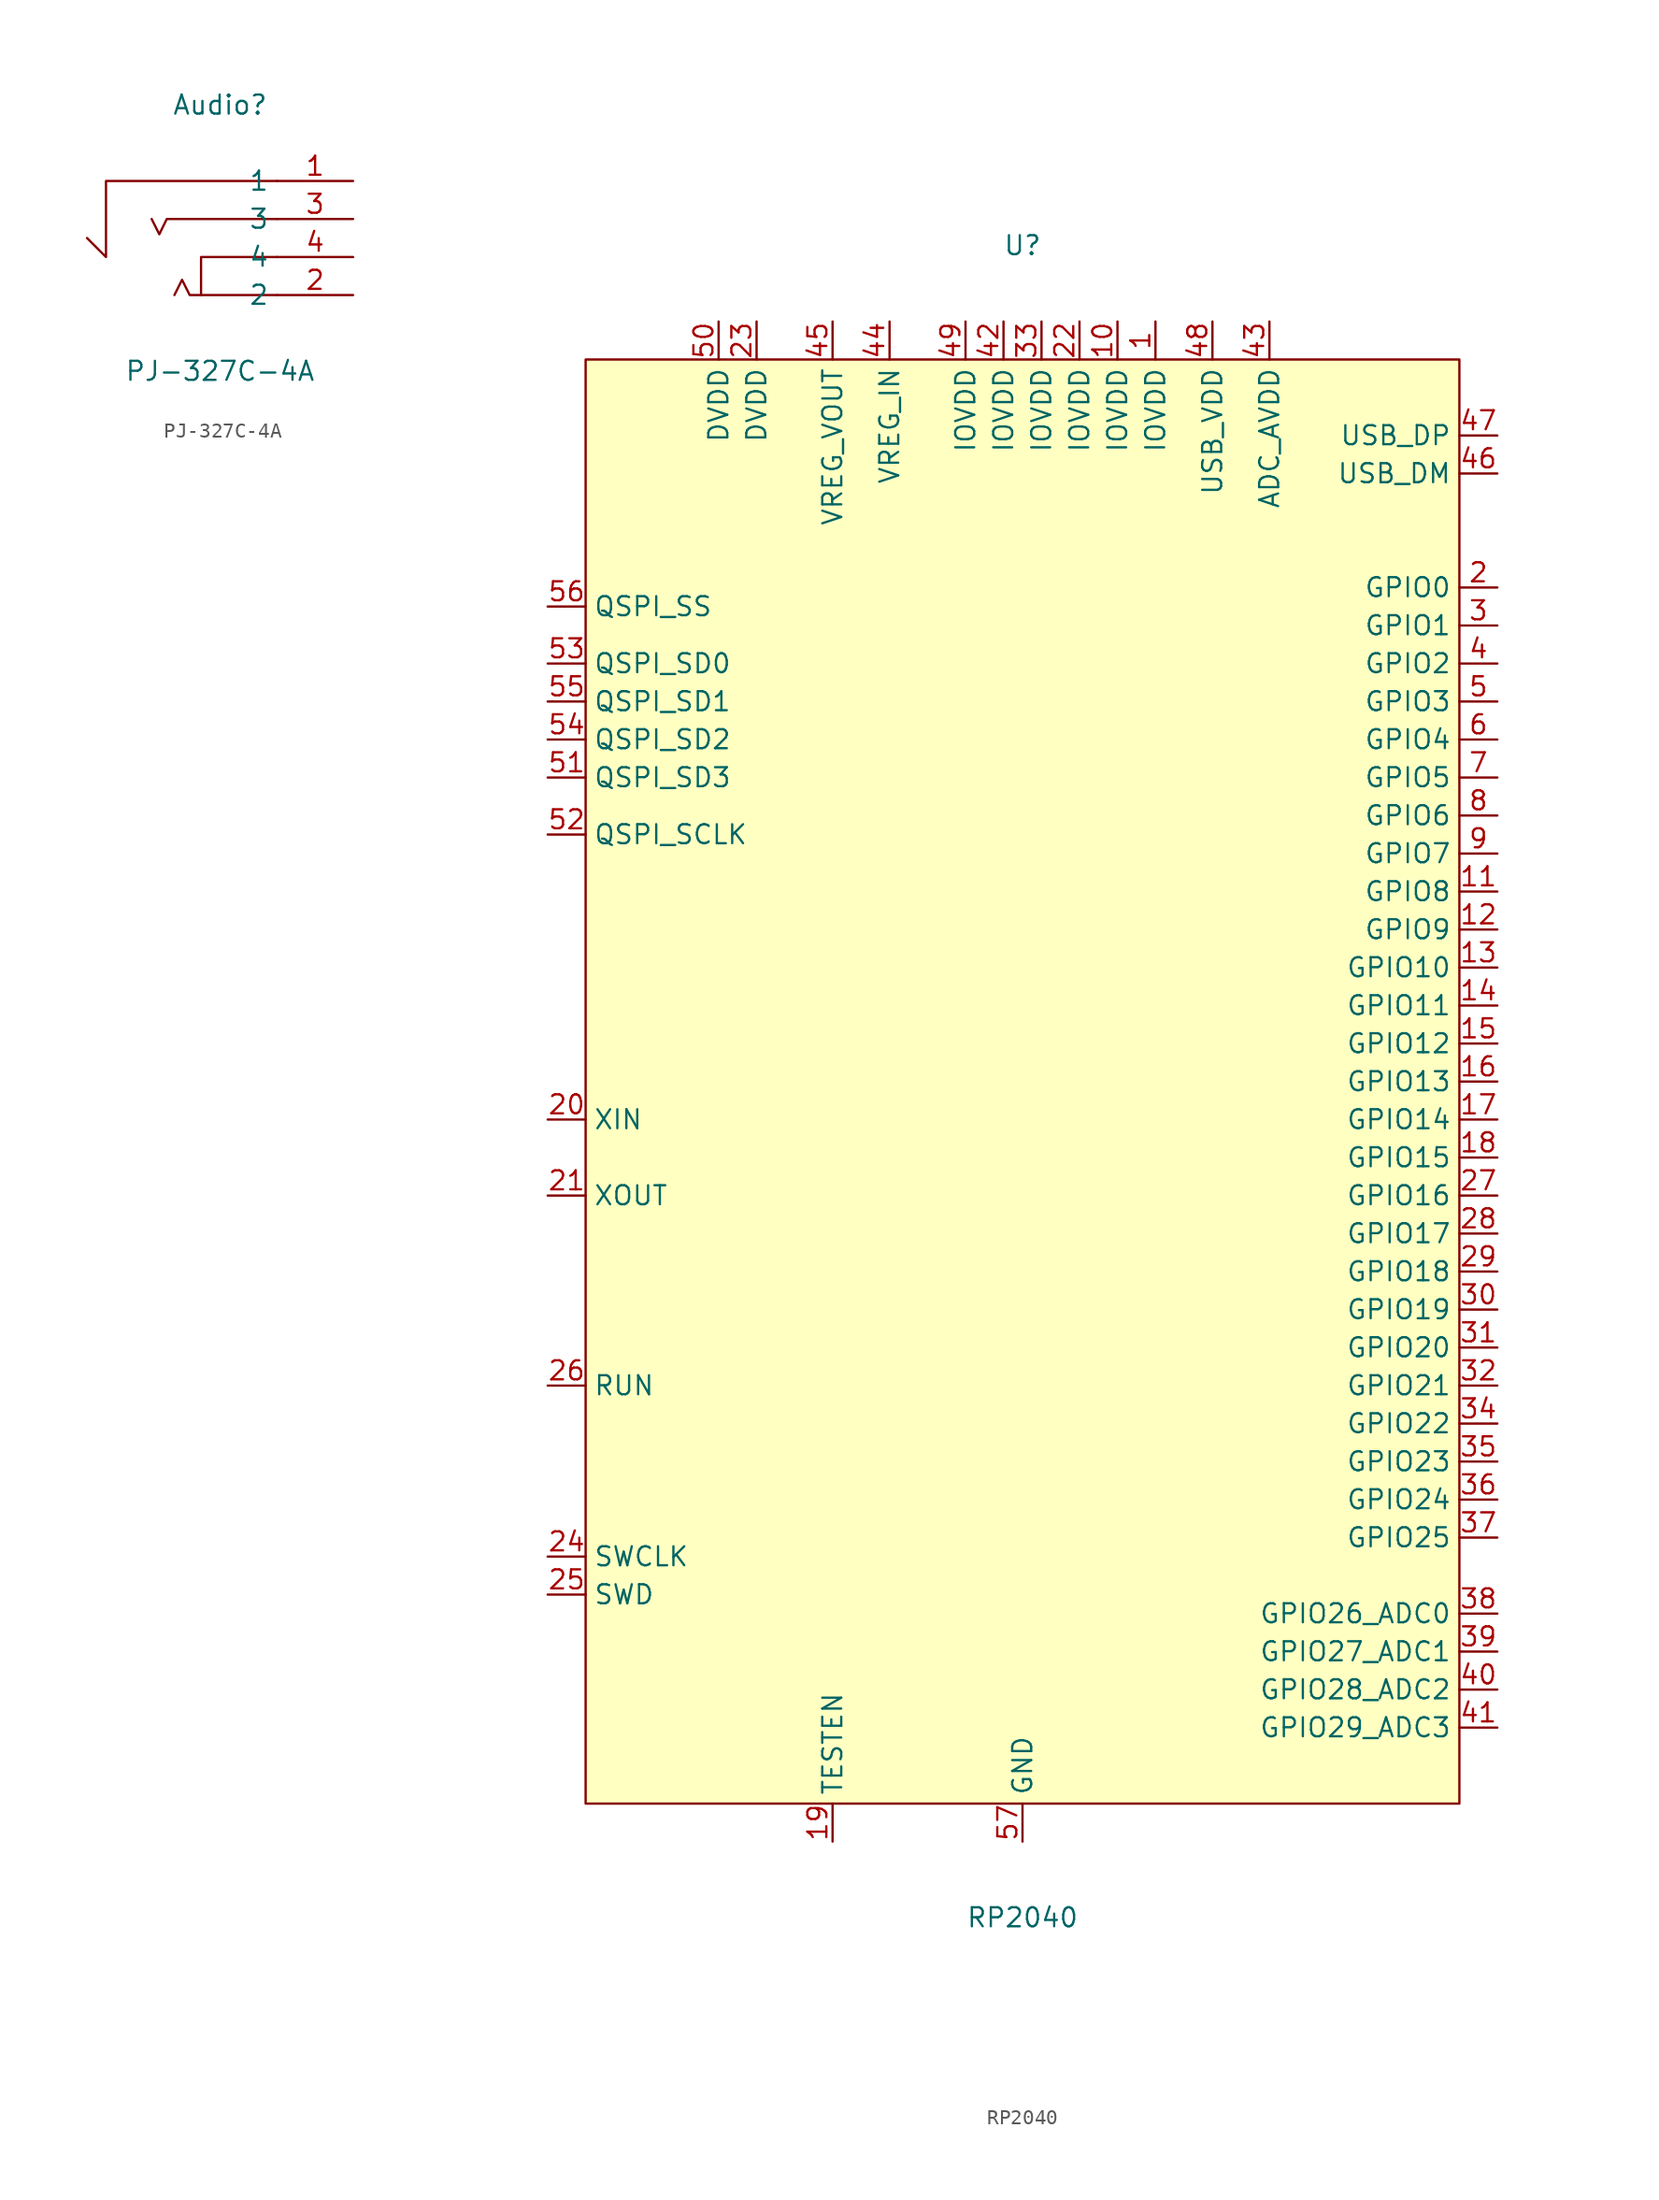
<source format=kicad_sym>
(kicad_symbol_lib
  (version 20241209)
  (generator "kicad_symbol_editor")
  (generator_version "9.0")
  (symbol "PJ-327C-4A"
    (property "Reference" "Audio"
      (at 0 7.62 0)
      (effects (font (size 1.27 1.27))))
    (property "Value" "PJ-327C-4A"
      (at 0 -10.16 0)
      (effects (font (size 1.27 1.27))))
    (symbol "PJ-327C-4A_0_1"
      (polyline (pts (xy 3.81 2.54) (xy -7.62 2.54) (xy -7.62 -2.54) (xy -8.89 -1.27)) (stroke (width 0) (type default)) (fill (type none)))
      (polyline (pts (xy 3.81 0) (xy -3.56 0) (xy -4.06 -1.02) (xy -4.57 0)) (stroke (width 0) (type default)) (fill (type none)))
      (polyline (pts (xy 3.81 -2.54) (xy -0.76 -2.54) (xy -1.27 -2.54) (xy -1.27 -5.08)) (stroke (width 0) (type default)) (fill (type none)))
      (polyline (pts (xy 3.81 -5.08) (xy -2.03 -5.08) (xy -2.54 -4.06) (xy -3.05 -5.08)) (stroke (width 0) (type default)) (fill (type none)))
      (pin unspecified line (at 8.89 2.54 180) (length 5.08) (name "1" (effects (font (size 1.27 1.27)))) (number "1" (effects (font (size 1.27 1.27)))))
      (pin unspecified line (at 8.89 0 180) (length 5.08) (name "3" (effects (font (size 1.27 1.27)))) (number "3" (effects (font (size 1.27 1.27)))))
      (pin unspecified line (at 8.89 -2.54 180) (length 5.08) (name "4" (effects (font (size 1.27 1.27)))) (number "4" (effects (font (size 1.27 1.27)))))
      (pin unspecified line (at 8.89 -5.08 180) (length 5.08) (name "2" (effects (font (size 1.27 1.27)))) (number "2" (effects (font (size 1.27 1.27)))))))
  (symbol "RP2040"
    (property "Reference" "U"
      (at 0 58.42 0)
      (effects (font (size 1.27 1.27))))
    (property "Value" "RP2040"
      (at 0 -53.34 0)
      (effects (font (size 1.27 1.27))))
    (symbol "RP2040_0_1"
      (rectangle (start -29.21 50.8) (end 29.21 -45.72) (stroke (width 0) (type default)) (fill (type background)))
      (pin bidirectional line (at -31.75 34.29 0) (length 2.54) (name "QSPI_SS" (effects (font (size 1.27 1.27)))) (number "56" (effects (font (size 1.27 1.27)))))
      (pin bidirectional line (at -31.75 30.48 0) (length 2.54) (name "QSPI_SD0" (effects (font (size 1.27 1.27)))) (number "53" (effects (font (size 1.27 1.27)))))
      (pin bidirectional line (at -31.75 27.94 0) (length 2.54) (name "QSPI_SD1" (effects (font (size 1.27 1.27)))) (number "55" (effects (font (size 1.27 1.27)))))
      (pin bidirectional line (at -31.75 25.4 0) (length 2.54) (name "QSPI_SD2" (effects (font (size 1.27 1.27)))) (number "54" (effects (font (size 1.27 1.27)))))
      (pin bidirectional line (at -31.75 22.86 0) (length 2.54) (name "QSPI_SD3" (effects (font (size 1.27 1.27)))) (number "51" (effects (font (size 1.27 1.27)))))
      (pin output line (at -31.75 19.05 0) (length 2.54) (name "QSPI_SCLK" (effects (font (size 1.27 1.27)))) (number "52" (effects (font (size 1.27 1.27)))))
      (pin input line (at -31.75 0 0) (length 2.54) (name "XIN" (effects (font (size 1.27 1.27)))) (number "20" (effects (font (size 1.27 1.27)))))
      (pin unspecified line (at -31.75 -5.08 0) (length 2.54) (name "XOUT" (effects (font (size 1.27 1.27)))) (number "21" (effects (font (size 1.27 1.27)))))
      (pin input line (at -31.75 -17.78 0) (length 2.54) (name "RUN" (effects (font (size 1.27 1.27)))) (number "26" (effects (font (size 1.27 1.27)))))
      (pin output line (at -31.75 -29.21 0) (length 2.54) (name "SWCLK" (effects (font (size 1.27 1.27)))) (number "24" (effects (font (size 1.27 1.27)))))
      (pin bidirectional line (at -31.75 -31.75 0) (length 2.54) (name "SWD" (effects (font (size 1.27 1.27)))) (number "25" (effects (font (size 1.27 1.27)))))
      (pin bidirectional line (at -20.32 53.34 270) (length 2.54) (name "DVDD" (effects (font (size 1.27 1.27)))) (number "50" (effects (font (size 1.27 1.27)))))
      (pin bidirectional line (at -17.78 53.34 270) (length 2.54) (name "DVDD" (effects (font (size 1.27 1.27)))) (number "23" (effects (font (size 1.27 1.27)))))
      (pin bidirectional line (at -12.7 53.34 270) (length 2.54) (name "VREG_VOUT" (effects (font (size 1.27 1.27)))) (number "45" (effects (font (size 1.27 1.27)))))
      (pin unspecified line (at -12.7 -48.26 90) (length 2.54) (name "TESTEN" (effects (font (size 1.27 1.27)))) (number "19" (effects (font (size 1.27 1.27)))))
      (pin bidirectional line (at -8.89 53.34 270) (length 2.54) (name "VREG_IN" (effects (font (size 1.27 1.27)))) (number "44" (effects (font (size 1.27 1.27)))))
      (pin bidirectional line (at -3.81 53.34 270) (length 2.54) (name "IOVDD" (effects (font (size 1.27 1.27)))) (number "49" (effects (font (size 1.27 1.27)))))
      (pin bidirectional line (at -1.27 53.34 270) (length 2.54) (name "IOVDD" (effects (font (size 1.27 1.27)))) (number "42" (effects (font (size 1.27 1.27)))))
      (pin bidirectional line (at 0 -48.26 90) (length 2.54) (name "GND" (effects (font (size 1.27 1.27)))) (number "57" (effects (font (size 1.27 1.27)))))
      (pin bidirectional line (at 1.27 53.34 270) (length 2.54) (name "IOVDD" (effects (font (size 1.27 1.27)))) (number "33" (effects (font (size 1.27 1.27)))))
      (pin bidirectional line (at 3.81 53.34 270) (length 2.54) (name "IOVDD" (effects (font (size 1.27 1.27)))) (number "22" (effects (font (size 1.27 1.27)))))
      (pin bidirectional line (at 6.35 53.34 270) (length 2.54) (name "IOVDD" (effects (font (size 1.27 1.27)))) (number "10" (effects (font (size 1.27 1.27)))))
      (pin bidirectional line (at 8.89 53.34 270) (length 2.54) (name "IOVDD" (effects (font (size 1.27 1.27)))) (number "1" (effects (font (size 1.27 1.27)))))
      (pin bidirectional line (at 12.7 53.34 270) (length 2.54) (name "USB_VDD" (effects (font (size 1.27 1.27)))) (number "48" (effects (font (size 1.27 1.27)))))
      (pin bidirectional line (at 16.51 53.34 270) (length 2.54) (name "ADC_AVDD" (effects (font (size 1.27 1.27)))) (number "43" (effects (font (size 1.27 1.27)))))
      (pin bidirectional line (at 31.75 45.72 180) (length 2.54) (name "USB_DP" (effects (font (size 1.27 1.27)))) (number "47" (effects (font (size 1.27 1.27)))))
      (pin bidirectional line (at 31.75 43.18 180) (length 2.54) (name "USB_DM" (effects (font (size 1.27 1.27)))) (number "46" (effects (font (size 1.27 1.27)))))
      (pin bidirectional line (at 31.75 35.56 180) (length 2.54) (name "GPIO0" (effects (font (size 1.27 1.27)))) (number "2" (effects (font (size 1.27 1.27)))))
      (pin bidirectional line (at 31.75 33.02 180) (length 2.54) (name "GPIO1" (effects (font (size 1.27 1.27)))) (number "3" (effects (font (size 1.27 1.27)))))
      (pin bidirectional line (at 31.75 30.48 180) (length 2.54) (name "GPIO2" (effects (font (size 1.27 1.27)))) (number "4" (effects (font (size 1.27 1.27)))))
      (pin bidirectional line (at 31.75 27.94 180) (length 2.54) (name "GPIO3" (effects (font (size 1.27 1.27)))) (number "5" (effects (font (size 1.27 1.27)))))
      (pin bidirectional line (at 31.75 25.4 180) (length 2.54) (name "GPIO4" (effects (font (size 1.27 1.27)))) (number "6" (effects (font (size 1.27 1.27)))))
      (pin bidirectional line (at 31.75 22.86 180) (length 2.54) (name "GPIO5" (effects (font (size 1.27 1.27)))) (number "7" (effects (font (size 1.27 1.27)))))
      (pin bidirectional line (at 31.75 20.32 180) (length 2.54) (name "GPIO6" (effects (font (size 1.27 1.27)))) (number "8" (effects (font (size 1.27 1.27)))))
      (pin bidirectional line (at 31.75 17.78 180) (length 2.54) (name "GPIO7" (effects (font (size 1.27 1.27)))) (number "9" (effects (font (size 1.27 1.27)))))
      (pin bidirectional line (at 31.75 15.24 180) (length 2.54) (name "GPIO8" (effects (font (size 1.27 1.27)))) (number "11" (effects (font (size 1.27 1.27)))))
      (pin bidirectional line (at 31.75 12.7 180) (length 2.54) (name "GPIO9" (effects (font (size 1.27 1.27)))) (number "12" (effects (font (size 1.27 1.27)))))
      (pin bidirectional line (at 31.75 10.16 180) (length 2.54) (name "GPIO10" (effects (font (size 1.27 1.27)))) (number "13" (effects (font (size 1.27 1.27)))))
      (pin bidirectional line (at 31.75 7.62 180) (length 2.54) (name "GPIO11" (effects (font (size 1.27 1.27)))) (number "14" (effects (font (size 1.27 1.27)))))
      (pin bidirectional line (at 31.75 5.08 180) (length 2.54) (name "GPIO12" (effects (font (size 1.27 1.27)))) (number "15" (effects (font (size 1.27 1.27)))))
      (pin bidirectional line (at 31.75 2.54 180) (length 2.54) (name "GPIO13" (effects (font (size 1.27 1.27)))) (number "16" (effects (font (size 1.27 1.27)))))
      (pin bidirectional line (at 31.75 0 180) (length 2.54) (name "GPIO14" (effects (font (size 1.27 1.27)))) (number "17" (effects (font (size 1.27 1.27)))))
      (pin bidirectional line (at 31.75 -2.54 180) (length 2.54) (name "GPIO15" (effects (font (size 1.27 1.27)))) (number "18" (effects (font (size 1.27 1.27)))))
      (pin bidirectional line (at 31.75 -5.08 180) (length 2.54) (name "GPIO16" (effects (font (size 1.27 1.27)))) (number "27" (effects (font (size 1.27 1.27)))))
      (pin bidirectional line (at 31.75 -7.62 180) (length 2.54) (name "GPIO17" (effects (font (size 1.27 1.27)))) (number "28" (effects (font (size 1.27 1.27)))))
      (pin bidirectional line (at 31.75 -10.16 180) (length 2.54) (name "GPIO18" (effects (font (size 1.27 1.27)))) (number "29" (effects (font (size 1.27 1.27)))))
      (pin bidirectional line (at 31.75 -12.7 180) (length 2.54) (name "GPIO19" (effects (font (size 1.27 1.27)))) (number "30" (effects (font (size 1.27 1.27)))))
      (pin bidirectional line (at 31.75 -15.24 180) (length 2.54) (name "GPIO20" (effects (font (size 1.27 1.27)))) (number "31" (effects (font (size 1.27 1.27)))))
      (pin bidirectional line (at 31.75 -17.78 180) (length 2.54) (name "GPIO21" (effects (font (size 1.27 1.27)))) (number "32" (effects (font (size 1.27 1.27)))))
      (pin bidirectional line (at 31.75 -20.32 180) (length 2.54) (name "GPIO22" (effects (font (size 1.27 1.27)))) (number "34" (effects (font (size 1.27 1.27)))))
      (pin bidirectional line (at 31.75 -22.86 180) (length 2.54) (name "GPIO23" (effects (font (size 1.27 1.27)))) (number "35" (effects (font (size 1.27 1.27)))))
      (pin bidirectional line (at 31.75 -25.4 180) (length 2.54) (name "GPIO24" (effects (font (size 1.27 1.27)))) (number "36" (effects (font (size 1.27 1.27)))))
      (pin bidirectional line (at 31.75 -27.94 180) (length 2.54) (name "GPIO25" (effects (font (size 1.27 1.27)))) (number "37" (effects (font (size 1.27 1.27)))))
      (pin bidirectional line (at 31.75 -33.02 180) (length 2.54) (name "GPIO26_ADC0" (effects (font (size 1.27 1.27)))) (number "38" (effects (font (size 1.27 1.27)))))
      (pin bidirectional line (at 31.75 -35.56 180) (length 2.54) (name "GPIO27_ADC1" (effects (font (size 1.27 1.27)))) (number "39" (effects (font (size 1.27 1.27)))))
      (pin bidirectional line (at 31.75 -38.1 180) (length 2.54) (name "GPIO28_ADC2" (effects (font (size 1.27 1.27)))) (number "40" (effects (font (size 1.27 1.27)))))
      (pin bidirectional line (at 31.75 -40.64 180) (length 2.54) (name "GPIO29_ADC3" (effects (font (size 1.27 1.27)))) (number "41" (effects (font (size 1.27 1.27))))))))
</source>
